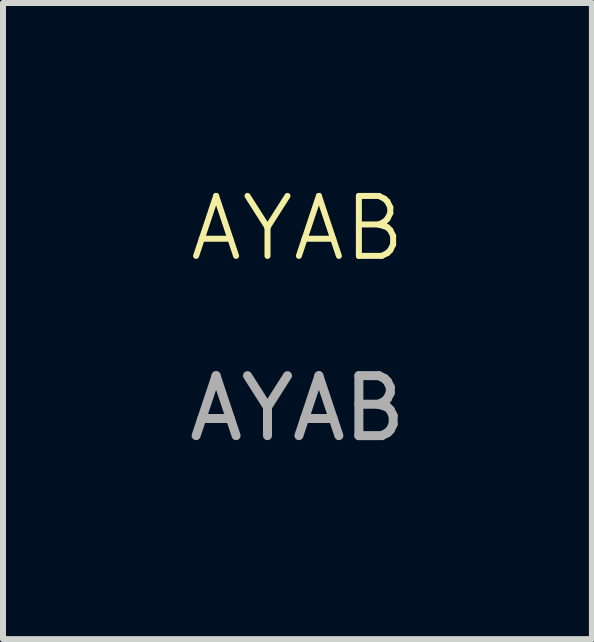
<source format=kicad_pcb>
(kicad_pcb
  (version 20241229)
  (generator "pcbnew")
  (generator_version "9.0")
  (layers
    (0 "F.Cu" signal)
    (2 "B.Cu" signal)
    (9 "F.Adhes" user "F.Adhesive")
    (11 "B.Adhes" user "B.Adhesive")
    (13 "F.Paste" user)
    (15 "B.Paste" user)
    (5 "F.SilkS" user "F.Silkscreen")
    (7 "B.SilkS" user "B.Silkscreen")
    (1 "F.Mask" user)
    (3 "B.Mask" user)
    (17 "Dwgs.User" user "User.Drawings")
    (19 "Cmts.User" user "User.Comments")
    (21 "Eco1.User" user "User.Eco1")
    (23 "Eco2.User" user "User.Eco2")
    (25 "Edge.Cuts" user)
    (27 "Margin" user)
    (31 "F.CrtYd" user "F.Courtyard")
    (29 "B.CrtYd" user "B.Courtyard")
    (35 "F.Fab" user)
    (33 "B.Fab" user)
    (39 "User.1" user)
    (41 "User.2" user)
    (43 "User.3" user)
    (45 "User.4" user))
  (footprint "AYAB"
    (layer "F.Cu")
    (at 1.911 1.26)
    (property "Reference" "AYAB" (at 0 -0.5 0) (unlocked yes) (layer "F.SilkS") (effects (font (size 1 1) (thickness 0.1))))
    (fp_text user "${REFERENCE}" (at 0 2.5 0) (unlocked yes) (layer "F.Fab") (effects (font (size 1 1) (thickness 0.15)))))
  (gr_rect
    (start -3 -3)
    (end 6.821 7.609)
    (stroke (width 0.1) (type default))
    (fill no)
    (layer "Edge.Cuts")))
</source>
